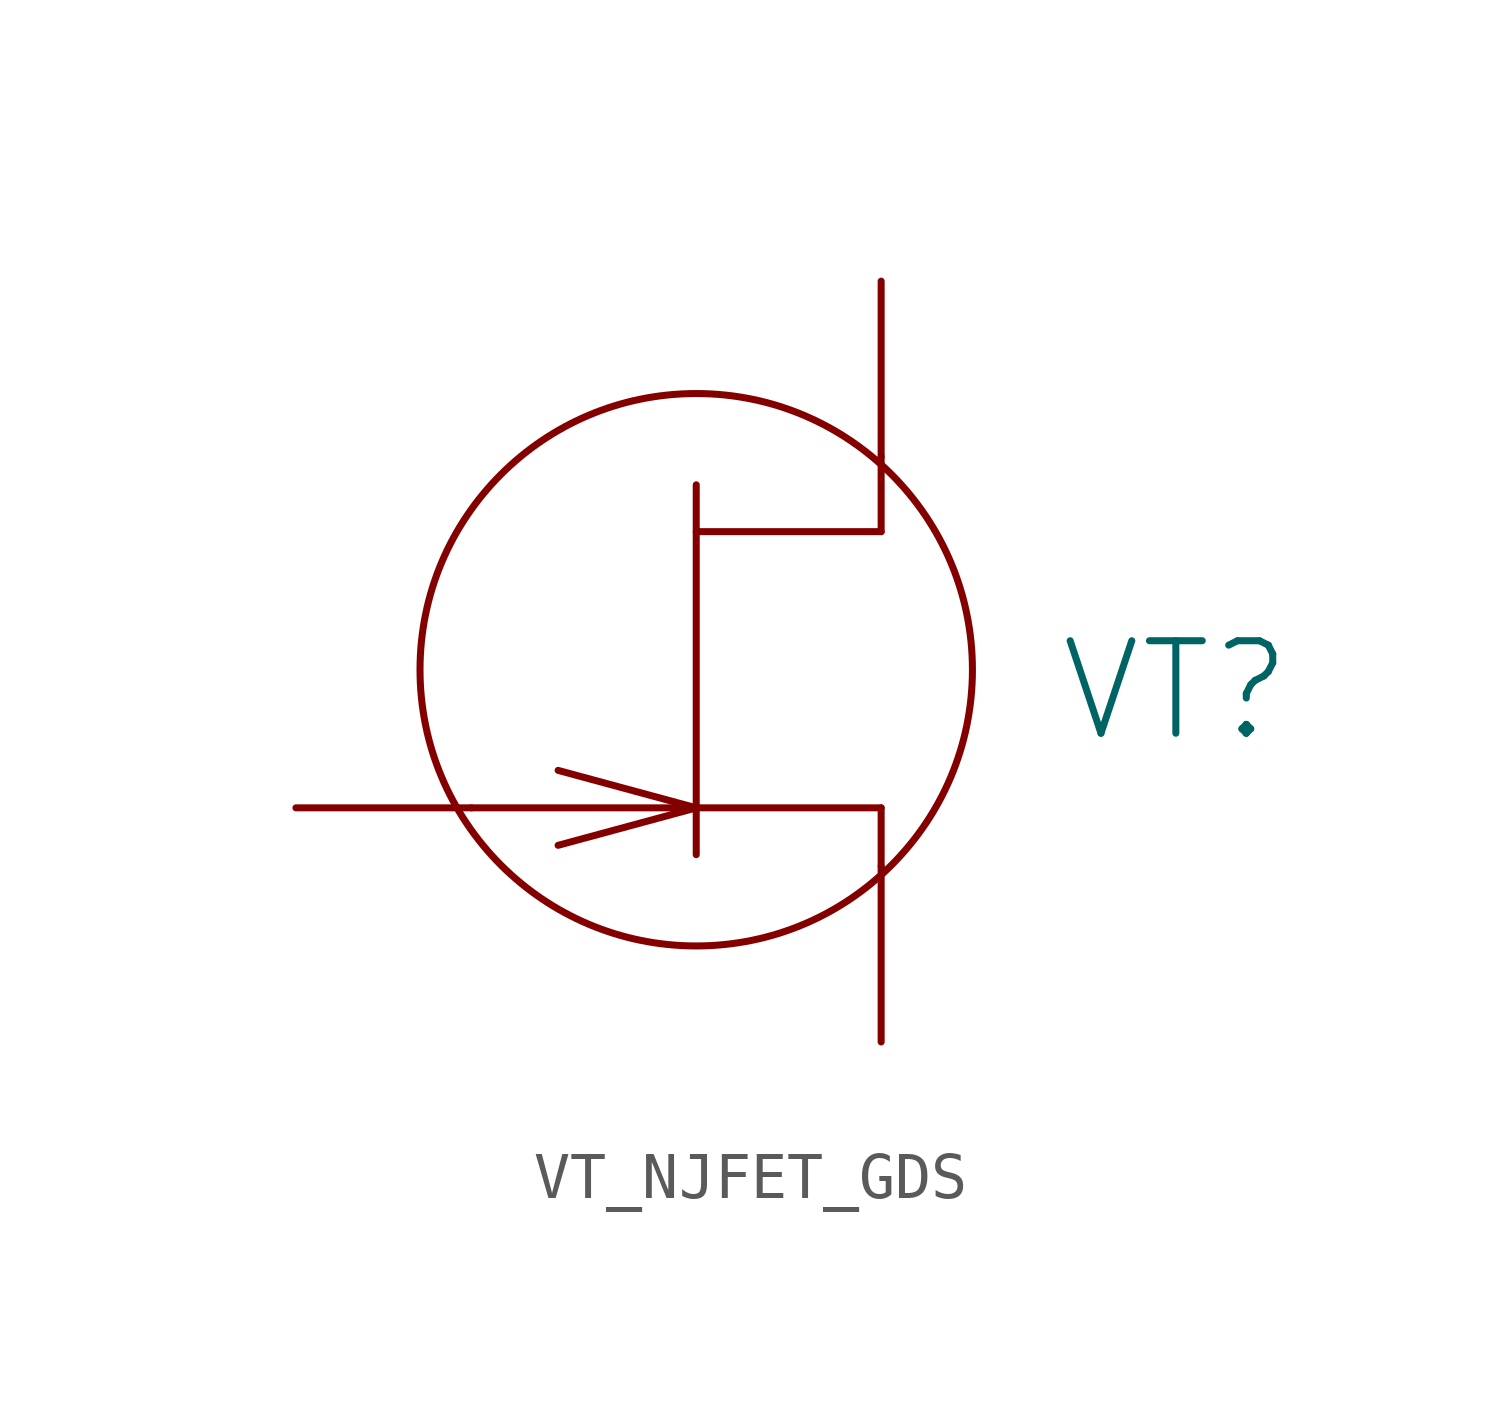
<source format=kicad_sym>
(kicad_symbol_lib
  (version 20231120)
  (generator "kicad_symbol_editor")
  (generator_version "8.0")
  (symbol "VT_NJFET_GDS"
    (pin_numbers hide)
    (pin_names
      (offset 0) hide)
    (property "Reference" "VT"
      (at 7.62 0 0)
      (effects (font (size 2.007 2.007)) (justify left)))
    (symbol "VT_NJFET_GDS_0_1"
      (circle (center -0.203 0.457) (radius 5.994) (stroke (width 0) (type solid)) (fill (type none)))
      (polyline (pts (xy -0.203 -3.556) (xy -0.203 4.47)) (stroke (width 0) (type solid)) (fill (type none)))
      (polyline (pts (xy -0.203 -2.54) (xy -3.2 -3.353)) (stroke (width 0) (type solid)) (fill (type none)))
      (polyline (pts (xy -0.203 -2.54) (xy -3.2 -1.727)) (stroke (width 0) (type solid)) (fill (type none)))
      (polyline (pts (xy -0.203 3.454) (xy 3.81 3.454)) (stroke (width 0) (type solid)) (fill (type none)))
      (polyline (pts (xy 3.81 -2.54) (xy -5.08 -2.54)) (stroke (width 0) (type solid)) (fill (type none)))
      (polyline (pts (xy 3.81 -2.54) (xy 3.81 -3.81)) (stroke (width 0) (type solid)) (fill (type none)))
      (polyline (pts (xy 3.81 3.454) (xy 3.81 5.08)) (stroke (width 0) (type solid)) (fill (type none))))
    (symbol "VT_NJFET_GDS_1_1"
      (pin passive line (at -8.89 -2.54 0) (length 3.81) (name "G" (effects (font (size 2.007 2.007)))) (number "1" (effects (font (size 2.007 2.007)))))
      (pin passive line (at 3.81 8.89 270) (length 3.81) (name "D" (effects (font (size 2.007 2.007)))) (number "2" (effects (font (size 2.007 2.007)))))
      (pin passive line (at 3.81 -7.62 90) (length 3.81) (name "S" (effects (font (size 2.007 2.007)))) (number "3" (effects (font (size 2.007 2.007))))))))
</source>
